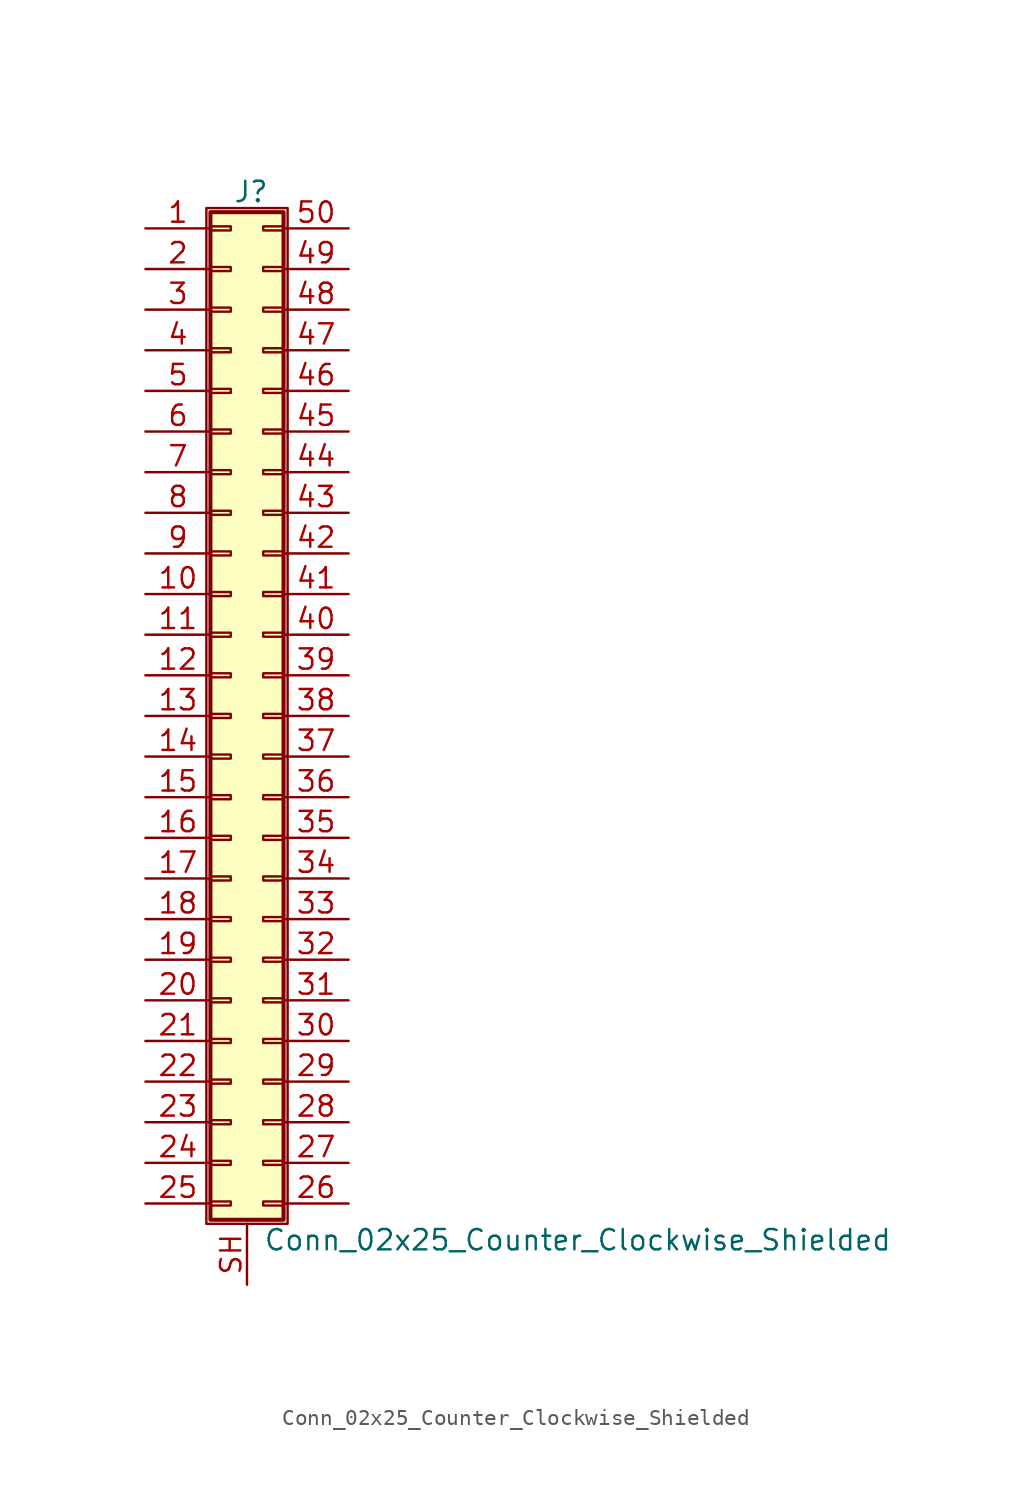
<source format=kicad_sym>
(kicad_symbol_lib
  (version 20220914)
  (generator kicad_symbol_editor)
  (symbol "Conn_02x25_Counter_Clockwise_Shielded"
    (pin_names
      (offset 1.016) hide)
    (property "Reference" "J"
      (at 1.524 32.766 0)
      (effects (font (size 1.27 1.27))))
    (property "Value" "Conn_02x25_Counter_Clockwise_Shielded"
      (at 2.286 -32.766 0)
      (effects (font (size 1.27 1.27)) (justify left)))
    (symbol "Conn_02x25_Counter_Clockwise_Shielded_1_1"
      (rectangle (start -1.27 31.75) (end 3.81 -31.75) (stroke (width 0.152) (type default)) (fill (type none)))
      (rectangle (start -1.016 -30.353) (end 0.254 -30.607) (stroke (width 0.152) (type default)) (fill (type none)))
      (rectangle (start -1.016 -27.813) (end 0.254 -28.067) (stroke (width 0.152) (type default)) (fill (type none)))
      (rectangle (start -1.016 -25.273) (end 0.254 -25.527) (stroke (width 0.152) (type default)) (fill (type none)))
      (rectangle (start -1.016 -22.733) (end 0.254 -22.987) (stroke (width 0.152) (type default)) (fill (type none)))
      (rectangle (start -1.016 -20.193) (end 0.254 -20.447) (stroke (width 0.152) (type default)) (fill (type none)))
      (rectangle (start -1.016 -17.653) (end 0.254 -17.907) (stroke (width 0.152) (type default)) (fill (type none)))
      (rectangle (start -1.016 -15.113) (end 0.254 -15.367) (stroke (width 0.152) (type default)) (fill (type none)))
      (rectangle (start -1.016 -12.573) (end 0.254 -12.827) (stroke (width 0.152) (type default)) (fill (type none)))
      (rectangle (start -1.016 -10.033) (end 0.254 -10.287) (stroke (width 0.152) (type default)) (fill (type none)))
      (rectangle (start -1.016 -7.493) (end 0.254 -7.747) (stroke (width 0.152) (type default)) (fill (type none)))
      (rectangle (start -1.016 -4.953) (end 0.254 -5.207) (stroke (width 0.152) (type default)) (fill (type none)))
      (rectangle (start -1.016 -2.413) (end 0.254 -2.667) (stroke (width 0.152) (type default)) (fill (type none)))
      (rectangle (start -1.016 0.127) (end 0.254 -0.127) (stroke (width 0.152) (type default)) (fill (type none)))
      (rectangle (start -1.016 2.667) (end 0.254 2.413) (stroke (width 0.152) (type default)) (fill (type none)))
      (rectangle (start -1.016 5.207) (end 0.254 4.953) (stroke (width 0.152) (type default)) (fill (type none)))
      (rectangle (start -1.016 7.747) (end 0.254 7.493) (stroke (width 0.152) (type default)) (fill (type none)))
      (rectangle (start -1.016 10.287) (end 0.254 10.033) (stroke (width 0.152) (type default)) (fill (type none)))
      (rectangle (start -1.016 12.827) (end 0.254 12.573) (stroke (width 0.152) (type default)) (fill (type none)))
      (rectangle (start -1.016 15.367) (end 0.254 15.113) (stroke (width 0.152) (type default)) (fill (type none)))
      (rectangle (start -1.016 17.907) (end 0.254 17.653) (stroke (width 0.152) (type default)) (fill (type none)))
      (rectangle (start -1.016 20.447) (end 0.254 20.193) (stroke (width 0.152) (type default)) (fill (type none)))
      (rectangle (start -1.016 22.987) (end 0.254 22.733) (stroke (width 0.152) (type default)) (fill (type none)))
      (rectangle (start -1.016 25.527) (end 0.254 25.273) (stroke (width 0.152) (type default)) (fill (type none)))
      (rectangle (start -1.016 28.067) (end 0.254 27.813) (stroke (width 0.152) (type default)) (fill (type none)))
      (rectangle (start -1.016 30.607) (end 0.254 30.353) (stroke (width 0.152) (type default)) (fill (type none)))
      (rectangle (start -1.016 31.496) (end 3.556 -31.496) (stroke (width 0.254) (type default)) (fill (type background)))
      (rectangle (start 3.556 -30.353) (end 2.286 -30.607) (stroke (width 0.152) (type default)) (fill (type none)))
      (rectangle (start 3.556 -27.813) (end 2.286 -28.067) (stroke (width 0.152) (type default)) (fill (type none)))
      (rectangle (start 3.556 -25.273) (end 2.286 -25.527) (stroke (width 0.152) (type default)) (fill (type none)))
      (rectangle (start 3.556 -22.733) (end 2.286 -22.987) (stroke (width 0.152) (type default)) (fill (type none)))
      (rectangle (start 3.556 -20.193) (end 2.286 -20.447) (stroke (width 0.152) (type default)) (fill (type none)))
      (rectangle (start 3.556 -17.653) (end 2.286 -17.907) (stroke (width 0.152) (type default)) (fill (type none)))
      (rectangle (start 3.556 -15.113) (end 2.286 -15.367) (stroke (width 0.152) (type default)) (fill (type none)))
      (rectangle (start 3.556 -12.573) (end 2.286 -12.827) (stroke (width 0.152) (type default)) (fill (type none)))
      (rectangle (start 3.556 -10.033) (end 2.286 -10.287) (stroke (width 0.152) (type default)) (fill (type none)))
      (rectangle (start 3.556 -7.493) (end 2.286 -7.747) (stroke (width 0.152) (type default)) (fill (type none)))
      (rectangle (start 3.556 -4.953) (end 2.286 -5.207) (stroke (width 0.152) (type default)) (fill (type none)))
      (rectangle (start 3.556 -2.413) (end 2.286 -2.667) (stroke (width 0.152) (type default)) (fill (type none)))
      (rectangle (start 3.556 0.127) (end 2.286 -0.127) (stroke (width 0.152) (type default)) (fill (type none)))
      (rectangle (start 3.556 2.667) (end 2.286 2.413) (stroke (width 0.152) (type default)) (fill (type none)))
      (rectangle (start 3.556 5.207) (end 2.286 4.953) (stroke (width 0.152) (type default)) (fill (type none)))
      (rectangle (start 3.556 7.747) (end 2.286 7.493) (stroke (width 0.152) (type default)) (fill (type none)))
      (rectangle (start 3.556 10.287) (end 2.286 10.033) (stroke (width 0.152) (type default)) (fill (type none)))
      (rectangle (start 3.556 12.827) (end 2.286 12.573) (stroke (width 0.152) (type default)) (fill (type none)))
      (rectangle (start 3.556 15.367) (end 2.286 15.113) (stroke (width 0.152) (type default)) (fill (type none)))
      (rectangle (start 3.556 17.907) (end 2.286 17.653) (stroke (width 0.152) (type default)) (fill (type none)))
      (rectangle (start 3.556 20.447) (end 2.286 20.193) (stroke (width 0.152) (type default)) (fill (type none)))
      (rectangle (start 3.556 22.987) (end 2.286 22.733) (stroke (width 0.152) (type default)) (fill (type none)))
      (rectangle (start 3.556 25.527) (end 2.286 25.273) (stroke (width 0.152) (type default)) (fill (type none)))
      (rectangle (start 3.556 28.067) (end 2.286 27.813) (stroke (width 0.152) (type default)) (fill (type none)))
      (rectangle (start 3.556 30.607) (end 2.286 30.353) (stroke (width 0.152) (type default)) (fill (type none)))
      (pin passive line (at -5.08 30.48 0) (length 4.064) (name "Pin_1" (effects (font (size 1.27 1.27)))) (number "1" (effects (font (size 1.27 1.27)))))
      (pin passive line (at -5.08 7.62 0) (length 4.064) (name "Pin_10" (effects (font (size 1.27 1.27)))) (number "10" (effects (font (size 1.27 1.27)))))
      (pin passive line (at -5.08 5.08 0) (length 4.064) (name "Pin_11" (effects (font (size 1.27 1.27)))) (number "11" (effects (font (size 1.27 1.27)))))
      (pin passive line (at -5.08 2.54 0) (length 4.064) (name "Pin_12" (effects (font (size 1.27 1.27)))) (number "12" (effects (font (size 1.27 1.27)))))
      (pin passive line (at -5.08 0 0) (length 4.064) (name "Pin_13" (effects (font (size 1.27 1.27)))) (number "13" (effects (font (size 1.27 1.27)))))
      (pin passive line (at -5.08 -2.54 0) (length 4.064) (name "Pin_14" (effects (font (size 1.27 1.27)))) (number "14" (effects (font (size 1.27 1.27)))))
      (pin passive line (at -5.08 -5.08 0) (length 4.064) (name "Pin_15" (effects (font (size 1.27 1.27)))) (number "15" (effects (font (size 1.27 1.27)))))
      (pin passive line (at -5.08 -7.62 0) (length 4.064) (name "Pin_16" (effects (font (size 1.27 1.27)))) (number "16" (effects (font (size 1.27 1.27)))))
      (pin passive line (at -5.08 -10.16 0) (length 4.064) (name "Pin_17" (effects (font (size 1.27 1.27)))) (number "17" (effects (font (size 1.27 1.27)))))
      (pin passive line (at -5.08 -12.7 0) (length 4.064) (name "Pin_18" (effects (font (size 1.27 1.27)))) (number "18" (effects (font (size 1.27 1.27)))))
      (pin passive line (at -5.08 -15.24 0) (length 4.064) (name "Pin_19" (effects (font (size 1.27 1.27)))) (number "19" (effects (font (size 1.27 1.27)))))
      (pin passive line (at -5.08 27.94 0) (length 4.064) (name "Pin_2" (effects (font (size 1.27 1.27)))) (number "2" (effects (font (size 1.27 1.27)))))
      (pin passive line (at -5.08 -17.78 0) (length 4.064) (name "Pin_20" (effects (font (size 1.27 1.27)))) (number "20" (effects (font (size 1.27 1.27)))))
      (pin passive line (at -5.08 -20.32 0) (length 4.064) (name "Pin_21" (effects (font (size 1.27 1.27)))) (number "21" (effects (font (size 1.27 1.27)))))
      (pin passive line (at -5.08 -22.86 0) (length 4.064) (name "Pin_22" (effects (font (size 1.27 1.27)))) (number "22" (effects (font (size 1.27 1.27)))))
      (pin passive line (at -5.08 -25.4 0) (length 4.064) (name "Pin_23" (effects (font (size 1.27 1.27)))) (number "23" (effects (font (size 1.27 1.27)))))
      (pin passive line (at -5.08 -27.94 0) (length 4.064) (name "Pin_24" (effects (font (size 1.27 1.27)))) (number "24" (effects (font (size 1.27 1.27)))))
      (pin passive line (at -5.08 -30.48 0) (length 4.064) (name "Pin_25" (effects (font (size 1.27 1.27)))) (number "25" (effects (font (size 1.27 1.27)))))
      (pin passive line (at 7.62 -30.48 180) (length 4.064) (name "Pin_26" (effects (font (size 1.27 1.27)))) (number "26" (effects (font (size 1.27 1.27)))))
      (pin passive line (at 7.62 -27.94 180) (length 4.064) (name "Pin_27" (effects (font (size 1.27 1.27)))) (number "27" (effects (font (size 1.27 1.27)))))
      (pin passive line (at 7.62 -25.4 180) (length 4.064) (name "Pin_28" (effects (font (size 1.27 1.27)))) (number "28" (effects (font (size 1.27 1.27)))))
      (pin passive line (at 7.62 -22.86 180) (length 4.064) (name "Pin_29" (effects (font (size 1.27 1.27)))) (number "29" (effects (font (size 1.27 1.27)))))
      (pin passive line (at -5.08 25.4 0) (length 4.064) (name "Pin_3" (effects (font (size 1.27 1.27)))) (number "3" (effects (font (size 1.27 1.27)))))
      (pin passive line (at 7.62 -20.32 180) (length 4.064) (name "Pin_30" (effects (font (size 1.27 1.27)))) (number "30" (effects (font (size 1.27 1.27)))))
      (pin passive line (at 7.62 -17.78 180) (length 4.064) (name "Pin_31" (effects (font (size 1.27 1.27)))) (number "31" (effects (font (size 1.27 1.27)))))
      (pin passive line (at 7.62 -15.24 180) (length 4.064) (name "Pin_32" (effects (font (size 1.27 1.27)))) (number "32" (effects (font (size 1.27 1.27)))))
      (pin passive line (at 7.62 -12.7 180) (length 4.064) (name "Pin_33" (effects (font (size 1.27 1.27)))) (number "33" (effects (font (size 1.27 1.27)))))
      (pin passive line (at 7.62 -10.16 180) (length 4.064) (name "Pin_34" (effects (font (size 1.27 1.27)))) (number "34" (effects (font (size 1.27 1.27)))))
      (pin passive line (at 7.62 -7.62 180) (length 4.064) (name "Pin_35" (effects (font (size 1.27 1.27)))) (number "35" (effects (font (size 1.27 1.27)))))
      (pin passive line (at 7.62 -5.08 180) (length 4.064) (name "Pin_36" (effects (font (size 1.27 1.27)))) (number "36" (effects (font (size 1.27 1.27)))))
      (pin passive line (at 7.62 -2.54 180) (length 4.064) (name "Pin_37" (effects (font (size 1.27 1.27)))) (number "37" (effects (font (size 1.27 1.27)))))
      (pin passive line (at 7.62 0 180) (length 4.064) (name "Pin_38" (effects (font (size 1.27 1.27)))) (number "38" (effects (font (size 1.27 1.27)))))
      (pin passive line (at 7.62 2.54 180) (length 4.064) (name "Pin_39" (effects (font (size 1.27 1.27)))) (number "39" (effects (font (size 1.27 1.27)))))
      (pin passive line (at -5.08 22.86 0) (length 4.064) (name "Pin_4" (effects (font (size 1.27 1.27)))) (number "4" (effects (font (size 1.27 1.27)))))
      (pin passive line (at 7.62 5.08 180) (length 4.064) (name "Pin_40" (effects (font (size 1.27 1.27)))) (number "40" (effects (font (size 1.27 1.27)))))
      (pin passive line (at 7.62 7.62 180) (length 4.064) (name "Pin_41" (effects (font (size 1.27 1.27)))) (number "41" (effects (font (size 1.27 1.27)))))
      (pin passive line (at 7.62 10.16 180) (length 4.064) (name "Pin_42" (effects (font (size 1.27 1.27)))) (number "42" (effects (font (size 1.27 1.27)))))
      (pin passive line (at 7.62 12.7 180) (length 4.064) (name "Pin_43" (effects (font (size 1.27 1.27)))) (number "43" (effects (font (size 1.27 1.27)))))
      (pin passive line (at 7.62 15.24 180) (length 4.064) (name "Pin_44" (effects (font (size 1.27 1.27)))) (number "44" (effects (font (size 1.27 1.27)))))
      (pin passive line (at 7.62 17.78 180) (length 4.064) (name "Pin_45" (effects (font (size 1.27 1.27)))) (number "45" (effects (font (size 1.27 1.27)))))
      (pin passive line (at 7.62 20.32 180) (length 4.064) (name "Pin_46" (effects (font (size 1.27 1.27)))) (number "46" (effects (font (size 1.27 1.27)))))
      (pin passive line (at 7.62 22.86 180) (length 4.064) (name "Pin_47" (effects (font (size 1.27 1.27)))) (number "47" (effects (font (size 1.27 1.27)))))
      (pin passive line (at 7.62 25.4 180) (length 4.064) (name "Pin_48" (effects (font (size 1.27 1.27)))) (number "48" (effects (font (size 1.27 1.27)))))
      (pin passive line (at 7.62 27.94 180) (length 4.064) (name "Pin_49" (effects (font (size 1.27 1.27)))) (number "49" (effects (font (size 1.27 1.27)))))
      (pin passive line (at -5.08 20.32 0) (length 4.064) (name "Pin_5" (effects (font (size 1.27 1.27)))) (number "5" (effects (font (size 1.27 1.27)))))
      (pin passive line (at 7.62 30.48 180) (length 4.064) (name "Pin_50" (effects (font (size 1.27 1.27)))) (number "50" (effects (font (size 1.27 1.27)))))
      (pin passive line (at -5.08 17.78 0) (length 4.064) (name "Pin_6" (effects (font (size 1.27 1.27)))) (number "6" (effects (font (size 1.27 1.27)))))
      (pin passive line (at -5.08 15.24 0) (length 4.064) (name "Pin_7" (effects (font (size 1.27 1.27)))) (number "7" (effects (font (size 1.27 1.27)))))
      (pin passive line (at -5.08 12.7 0) (length 4.064) (name "Pin_8" (effects (font (size 1.27 1.27)))) (number "8" (effects (font (size 1.27 1.27)))))
      (pin passive line (at -5.08 10.16 0) (length 4.064) (name "Pin_9" (effects (font (size 1.27 1.27)))) (number "9" (effects (font (size 1.27 1.27)))))
      (pin passive line (at 1.27 -35.56 90) (length 3.81) (name "Shield" (effects (font (size 1.27 1.27)))) (number "SH" (effects (font (size 1.27 1.27))))))))
</source>
